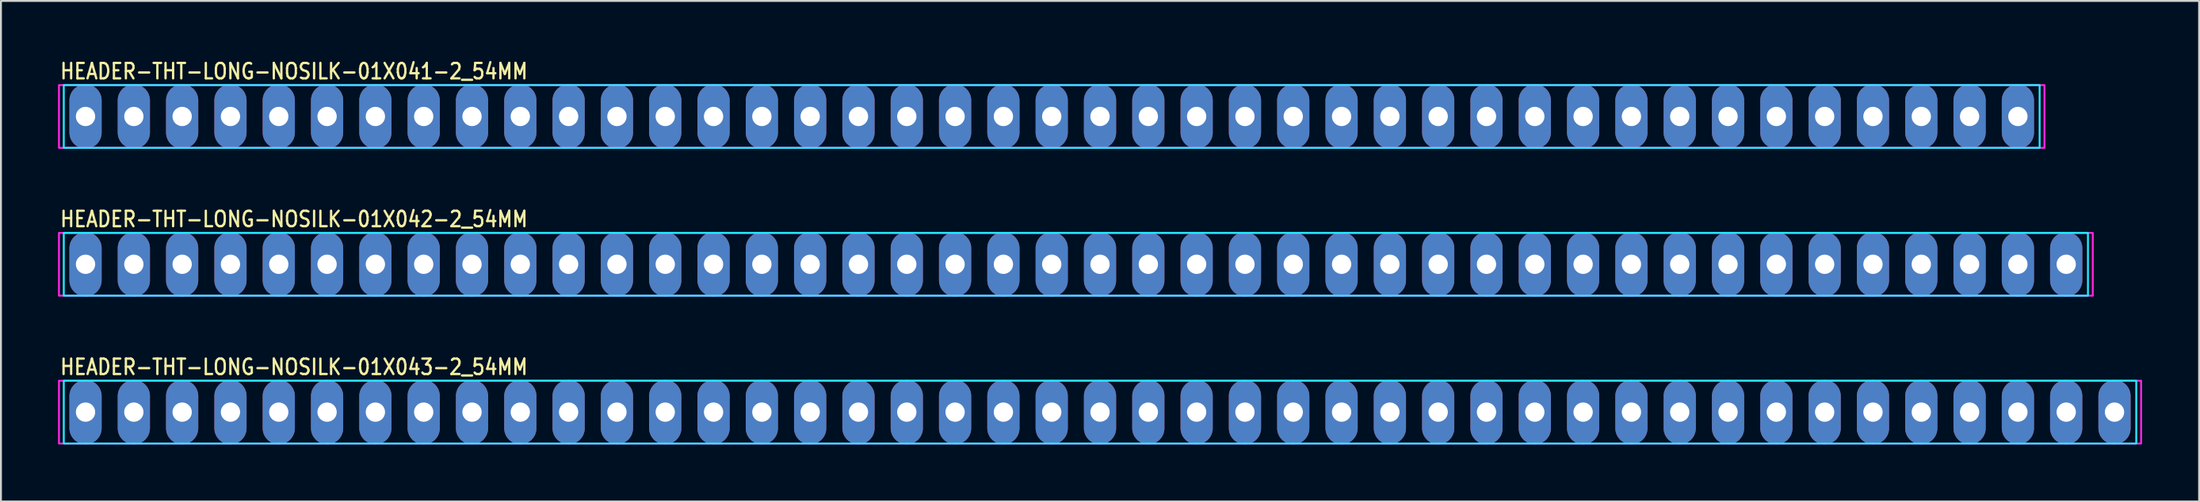
<source format=kicad_pcb>
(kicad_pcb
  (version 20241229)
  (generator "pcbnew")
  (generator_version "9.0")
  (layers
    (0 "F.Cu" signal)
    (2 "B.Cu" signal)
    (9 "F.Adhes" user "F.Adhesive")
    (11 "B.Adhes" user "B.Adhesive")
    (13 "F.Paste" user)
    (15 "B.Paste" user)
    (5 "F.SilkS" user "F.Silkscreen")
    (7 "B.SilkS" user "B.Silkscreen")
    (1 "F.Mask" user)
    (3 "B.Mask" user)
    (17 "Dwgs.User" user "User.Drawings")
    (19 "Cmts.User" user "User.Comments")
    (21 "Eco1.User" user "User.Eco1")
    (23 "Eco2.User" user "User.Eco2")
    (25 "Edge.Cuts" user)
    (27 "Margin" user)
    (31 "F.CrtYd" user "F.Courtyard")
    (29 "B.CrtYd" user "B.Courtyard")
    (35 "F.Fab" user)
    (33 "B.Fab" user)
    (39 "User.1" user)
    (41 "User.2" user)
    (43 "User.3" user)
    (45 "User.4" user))
  (footprint "HEADER-THT-LONG-NOSILK-01X042-2_54MM"
    (layer "F.Cu")
    (at 1.447 10.858)
    (property "Reference" "HEADER-THT-LONG-NOSILK-01X042-2_54MM" (at -1.4 -1.9 0) (unlocked yes) (layer "F.SilkS") (effects (font (size 0.813 0.695) (thickness 0.122)) (justify left bottom)))
    (fp_poly (pts (xy -1.143 -1.651) (xy 105.283 -1.651) (xy 105.283 1.651) (xy -1.143 1.651)) (stroke (width 0.1) (type solid)) (fill no) (layer "B.CrtYd"))
    (fp_poly (pts (xy -1.397 -1.651) (xy 105.537 -1.651) (xy 105.537 1.651) (xy -1.397 1.651)) (stroke (width 0.1) (type solid)) (fill no) (layer "F.CrtYd"))
    (pad "1" thru_hole oval (at 0 0 90) (size 3.387 1.693) (drill 1.016) (layers "*.Cu" "*.Mask"))
    (pad "2" thru_hole oval (at 2.54 0 90) (size 3.387 1.693) (drill 1.016) (layers "*.Cu" "*.Mask"))
    (pad "3" thru_hole oval (at 5.08 0 90) (size 3.387 1.693) (drill 1.016) (layers "*.Cu" "*.Mask"))
    (pad "4" thru_hole oval (at 7.62 0 90) (size 3.387 1.693) (drill 1.016) (layers "*.Cu" "*.Mask"))
    (pad "5" thru_hole oval (at 10.16 0 90) (size 3.387 1.693) (drill 1.016) (layers "*.Cu" "*.Mask"))
    (pad "6" thru_hole oval (at 12.7 0 90) (size 3.387 1.693) (drill 1.016) (layers "*.Cu" "*.Mask"))
    (pad "7" thru_hole oval (at 15.24 0 90) (size 3.387 1.693) (drill 1.016) (layers "*.Cu" "*.Mask"))
    (pad "8" thru_hole oval (at 17.78 0 90) (size 3.387 1.693) (drill 1.016) (layers "*.Cu" "*.Mask"))
    (pad "9" thru_hole oval (at 20.32 0 90) (size 3.387 1.693) (drill 1.016) (layers "*.Cu" "*.Mask"))
    (pad "10" thru_hole oval (at 22.86 0 90) (size 3.387 1.693) (drill 1.016) (layers "*.Cu" "*.Mask"))
    (pad "11" thru_hole oval (at 25.4 0 90) (size 3.387 1.693) (drill 1.016) (layers "*.Cu" "*.Mask"))
    (pad "12" thru_hole oval (at 27.94 0 90) (size 3.387 1.693) (drill 1.016) (layers "*.Cu" "*.Mask"))
    (pad "13" thru_hole oval (at 30.48 0 90) (size 3.387 1.693) (drill 1.016) (layers "*.Cu" "*.Mask"))
    (pad "14" thru_hole oval (at 33.02 0 90) (size 3.387 1.693) (drill 1.016) (layers "*.Cu" "*.Mask"))
    (pad "15" thru_hole oval (at 35.56 0 90) (size 3.387 1.693) (drill 1.016) (layers "*.Cu" "*.Mask"))
    (pad "16" thru_hole oval (at 38.1 0 90) (size 3.387 1.693) (drill 1.016) (layers "*.Cu" "*.Mask"))
    (pad "17" thru_hole oval (at 40.64 0 90) (size 3.387 1.693) (drill 1.016) (layers "*.Cu" "*.Mask"))
    (pad "18" thru_hole oval (at 43.18 0 90) (size 3.387 1.693) (drill 1.016) (layers "*.Cu" "*.Mask"))
    (pad "19" thru_hole oval (at 45.72 0 90) (size 3.387 1.693) (drill 1.016) (layers "*.Cu" "*.Mask"))
    (pad "20" thru_hole oval (at 48.26 0 90) (size 3.387 1.693) (drill 1.016) (layers "*.Cu" "*.Mask"))
    (pad "21" thru_hole oval (at 50.8 0 90) (size 3.387 1.693) (drill 1.016) (layers "*.Cu" "*.Mask"))
    (pad "22" thru_hole oval (at 53.34 0 90) (size 3.387 1.693) (drill 1.016) (layers "*.Cu" "*.Mask"))
    (pad "23" thru_hole oval (at 55.88 0 90) (size 3.387 1.693) (drill 1.016) (layers "*.Cu" "*.Mask"))
    (pad "24" thru_hole oval (at 58.42 0 90) (size 3.387 1.693) (drill 1.016) (layers "*.Cu" "*.Mask"))
    (pad "25" thru_hole oval (at 60.96 0 90) (size 3.387 1.693) (drill 1.016) (layers "*.Cu" "*.Mask"))
    (pad "26" thru_hole oval (at 63.5 0 90) (size 3.387 1.693) (drill 1.016) (layers "*.Cu" "*.Mask"))
    (pad "27" thru_hole oval (at 66.04 0 90) (size 3.387 1.693) (drill 1.016) (layers "*.Cu" "*.Mask"))
    (pad "28" thru_hole oval (at 68.58 0 90) (size 3.387 1.693) (drill 1.016) (layers "*.Cu" "*.Mask"))
    (pad "29" thru_hole oval (at 71.12 0 90) (size 3.387 1.693) (drill 1.016) (layers "*.Cu" "*.Mask"))
    (pad "30" thru_hole oval (at 73.66 0 90) (size 3.387 1.693) (drill 1.016) (layers "*.Cu" "*.Mask"))
    (pad "31" thru_hole oval (at 76.2 0 90) (size 3.387 1.693) (drill 1.016) (layers "*.Cu" "*.Mask"))
    (pad "32" thru_hole oval (at 78.74 0 90) (size 3.387 1.693) (drill 1.016) (layers "*.Cu" "*.Mask"))
    (pad "33" thru_hole oval (at 81.28 0 90) (size 3.387 1.693) (drill 1.016) (layers "*.Cu" "*.Mask"))
    (pad "34" thru_hole oval (at 83.82 0 90) (size 3.387 1.693) (drill 1.016) (layers "*.Cu" "*.Mask"))
    (pad "35" thru_hole oval (at 86.36 0 90) (size 3.387 1.693) (drill 1.016) (layers "*.Cu" "*.Mask"))
    (pad "36" thru_hole oval (at 88.9 0 90) (size 3.387 1.693) (drill 1.016) (layers "*.Cu" "*.Mask"))
    (pad "37" thru_hole oval (at 91.44 0 90) (size 3.387 1.693) (drill 1.016) (layers "*.Cu" "*.Mask"))
    (pad "38" thru_hole oval (at 93.98 0 90) (size 3.387 1.693) (drill 1.016) (layers "*.Cu" "*.Mask"))
    (pad "39" thru_hole oval (at 96.52 0 90) (size 3.387 1.693) (drill 1.016) (layers "*.Cu" "*.Mask"))
    (pad "40" thru_hole oval (at 99.06 0 90) (size 3.387 1.693) (drill 1.016) (layers "*.Cu" "*.Mask"))
    (pad "41" thru_hole oval (at 101.6 0 90) (size 3.387 1.693) (drill 1.016) (layers "*.Cu" "*.Mask"))
    (pad "42" thru_hole oval (at 104.14 0 90) (size 3.387 1.693) (drill 1.016) (layers "*.Cu" "*.Mask")))
  (footprint "HEADER-THT-LONG-NOSILK-01X041-2_54MM"
    (layer "F.Cu")
    (at 1.447 3.079)
    (property "Reference" "HEADER-THT-LONG-NOSILK-01X041-2_54MM" (at -1.4 -1.9 0) (unlocked yes) (layer "F.SilkS") (effects (font (size 0.813 0.695) (thickness 0.122)) (justify left bottom)))
    (fp_poly (pts (xy -1.143 -1.651) (xy 102.743 -1.651) (xy 102.743 1.651) (xy -1.143 1.651)) (stroke (width 0.1) (type solid)) (fill no) (layer "B.CrtYd"))
    (fp_poly (pts (xy -1.397 -1.651) (xy 102.997 -1.651) (xy 102.997 1.651) (xy -1.397 1.651)) (stroke (width 0.1) (type solid)) (fill no) (layer "F.CrtYd"))
    (pad "1" thru_hole oval (at 0 0 90) (size 3.387 1.693) (drill 1.016) (layers "*.Cu" "*.Mask"))
    (pad "2" thru_hole oval (at 2.54 0 90) (size 3.387 1.693) (drill 1.016) (layers "*.Cu" "*.Mask"))
    (pad "3" thru_hole oval (at 5.08 0 90) (size 3.387 1.693) (drill 1.016) (layers "*.Cu" "*.Mask"))
    (pad "4" thru_hole oval (at 7.62 0 90) (size 3.387 1.693) (drill 1.016) (layers "*.Cu" "*.Mask"))
    (pad "5" thru_hole oval (at 10.16 0 90) (size 3.387 1.693) (drill 1.016) (layers "*.Cu" "*.Mask"))
    (pad "6" thru_hole oval (at 12.7 0 90) (size 3.387 1.693) (drill 1.016) (layers "*.Cu" "*.Mask"))
    (pad "7" thru_hole oval (at 15.24 0 90) (size 3.387 1.693) (drill 1.016) (layers "*.Cu" "*.Mask"))
    (pad "8" thru_hole oval (at 17.78 0 90) (size 3.387 1.693) (drill 1.016) (layers "*.Cu" "*.Mask"))
    (pad "9" thru_hole oval (at 20.32 0 90) (size 3.387 1.693) (drill 1.016) (layers "*.Cu" "*.Mask"))
    (pad "10" thru_hole oval (at 22.86 0 90) (size 3.387 1.693) (drill 1.016) (layers "*.Cu" "*.Mask"))
    (pad "11" thru_hole oval (at 25.4 0 90) (size 3.387 1.693) (drill 1.016) (layers "*.Cu" "*.Mask"))
    (pad "12" thru_hole oval (at 27.94 0 90) (size 3.387 1.693) (drill 1.016) (layers "*.Cu" "*.Mask"))
    (pad "13" thru_hole oval (at 30.48 0 90) (size 3.387 1.693) (drill 1.016) (layers "*.Cu" "*.Mask"))
    (pad "14" thru_hole oval (at 33.02 0 90) (size 3.387 1.693) (drill 1.016) (layers "*.Cu" "*.Mask"))
    (pad "15" thru_hole oval (at 35.56 0 90) (size 3.387 1.693) (drill 1.016) (layers "*.Cu" "*.Mask"))
    (pad "16" thru_hole oval (at 38.1 0 90) (size 3.387 1.693) (drill 1.016) (layers "*.Cu" "*.Mask"))
    (pad "17" thru_hole oval (at 40.64 0 90) (size 3.387 1.693) (drill 1.016) (layers "*.Cu" "*.Mask"))
    (pad "18" thru_hole oval (at 43.18 0 90) (size 3.387 1.693) (drill 1.016) (layers "*.Cu" "*.Mask"))
    (pad "19" thru_hole oval (at 45.72 0 90) (size 3.387 1.693) (drill 1.016) (layers "*.Cu" "*.Mask"))
    (pad "20" thru_hole oval (at 48.26 0 90) (size 3.387 1.693) (drill 1.016) (layers "*.Cu" "*.Mask"))
    (pad "21" thru_hole oval (at 50.8 0 90) (size 3.387 1.693) (drill 1.016) (layers "*.Cu" "*.Mask"))
    (pad "22" thru_hole oval (at 53.34 0 90) (size 3.387 1.693) (drill 1.016) (layers "*.Cu" "*.Mask"))
    (pad "23" thru_hole oval (at 55.88 0 90) (size 3.387 1.693) (drill 1.016) (layers "*.Cu" "*.Mask"))
    (pad "24" thru_hole oval (at 58.42 0 90) (size 3.387 1.693) (drill 1.016) (layers "*.Cu" "*.Mask"))
    (pad "25" thru_hole oval (at 60.96 0 90) (size 3.387 1.693) (drill 1.016) (layers "*.Cu" "*.Mask"))
    (pad "26" thru_hole oval (at 63.5 0 90) (size 3.387 1.693) (drill 1.016) (layers "*.Cu" "*.Mask"))
    (pad "27" thru_hole oval (at 66.04 0 90) (size 3.387 1.693) (drill 1.016) (layers "*.Cu" "*.Mask"))
    (pad "28" thru_hole oval (at 68.58 0 90) (size 3.387 1.693) (drill 1.016) (layers "*.Cu" "*.Mask"))
    (pad "29" thru_hole oval (at 71.12 0 90) (size 3.387 1.693) (drill 1.016) (layers "*.Cu" "*.Mask"))
    (pad "30" thru_hole oval (at 73.66 0 90) (size 3.387 1.693) (drill 1.016) (layers "*.Cu" "*.Mask"))
    (pad "31" thru_hole oval (at 76.2 0 90) (size 3.387 1.693) (drill 1.016) (layers "*.Cu" "*.Mask"))
    (pad "32" thru_hole oval (at 78.74 0 90) (size 3.387 1.693) (drill 1.016) (layers "*.Cu" "*.Mask"))
    (pad "33" thru_hole oval (at 81.28 0 90) (size 3.387 1.693) (drill 1.016) (layers "*.Cu" "*.Mask"))
    (pad "34" thru_hole oval (at 83.82 0 90) (size 3.387 1.693) (drill 1.016) (layers "*.Cu" "*.Mask"))
    (pad "35" thru_hole oval (at 86.36 0 90) (size 3.387 1.693) (drill 1.016) (layers "*.Cu" "*.Mask"))
    (pad "36" thru_hole oval (at 88.9 0 90) (size 3.387 1.693) (drill 1.016) (layers "*.Cu" "*.Mask"))
    (pad "37" thru_hole oval (at 91.44 0 90) (size 3.387 1.693) (drill 1.016) (layers "*.Cu" "*.Mask"))
    (pad "38" thru_hole oval (at 93.98 0 90) (size 3.387 1.693) (drill 1.016) (layers "*.Cu" "*.Mask"))
    (pad "39" thru_hole oval (at 96.52 0 90) (size 3.387 1.693) (drill 1.016) (layers "*.Cu" "*.Mask"))
    (pad "40" thru_hole oval (at 99.06 0 90) (size 3.387 1.693) (drill 1.016) (layers "*.Cu" "*.Mask"))
    (pad "41" thru_hole oval (at 101.6 0 90) (size 3.387 1.693) (drill 1.016) (layers "*.Cu" "*.Mask")))
  (footprint "HEADER-THT-LONG-NOSILK-01X043-2_54MM"
    (layer "F.Cu")
    (at 1.447 18.638)
    (property "Reference" "HEADER-THT-LONG-NOSILK-01X043-2_54MM" (at -1.4 -1.9 0) (unlocked yes) (layer "F.SilkS") (effects (font (size 0.813 0.695) (thickness 0.122)) (justify left bottom)))
    (fp_poly (pts (xy -1.143 -1.651) (xy 107.823 -1.651) (xy 107.823 1.651) (xy -1.143 1.651)) (stroke (width 0.1) (type solid)) (fill no) (layer "B.CrtYd"))
    (fp_poly (pts (xy -1.397 -1.651) (xy 108.077 -1.651) (xy 108.077 1.651) (xy -1.397 1.651)) (stroke (width 0.1) (type solid)) (fill no) (layer "F.CrtYd"))
    (pad "1" thru_hole oval (at 0 0 90) (size 3.387 1.693) (drill 1.016) (layers "*.Cu" "*.Mask"))
    (pad "2" thru_hole oval (at 2.54 0 90) (size 3.387 1.693) (drill 1.016) (layers "*.Cu" "*.Mask"))
    (pad "3" thru_hole oval (at 5.08 0 90) (size 3.387 1.693) (drill 1.016) (layers "*.Cu" "*.Mask"))
    (pad "4" thru_hole oval (at 7.62 0 90) (size 3.387 1.693) (drill 1.016) (layers "*.Cu" "*.Mask"))
    (pad "5" thru_hole oval (at 10.16 0 90) (size 3.387 1.693) (drill 1.016) (layers "*.Cu" "*.Mask"))
    (pad "6" thru_hole oval (at 12.7 0 90) (size 3.387 1.693) (drill 1.016) (layers "*.Cu" "*.Mask"))
    (pad "7" thru_hole oval (at 15.24 0 90) (size 3.387 1.693) (drill 1.016) (layers "*.Cu" "*.Mask"))
    (pad "8" thru_hole oval (at 17.78 0 90) (size 3.387 1.693) (drill 1.016) (layers "*.Cu" "*.Mask"))
    (pad "9" thru_hole oval (at 20.32 0 90) (size 3.387 1.693) (drill 1.016) (layers "*.Cu" "*.Mask"))
    (pad "10" thru_hole oval (at 22.86 0 90) (size 3.387 1.693) (drill 1.016) (layers "*.Cu" "*.Mask"))
    (pad "11" thru_hole oval (at 25.4 0 90) (size 3.387 1.693) (drill 1.016) (layers "*.Cu" "*.Mask"))
    (pad "12" thru_hole oval (at 27.94 0 90) (size 3.387 1.693) (drill 1.016) (layers "*.Cu" "*.Mask"))
    (pad "13" thru_hole oval (at 30.48 0 90) (size 3.387 1.693) (drill 1.016) (layers "*.Cu" "*.Mask"))
    (pad "14" thru_hole oval (at 33.02 0 90) (size 3.387 1.693) (drill 1.016) (layers "*.Cu" "*.Mask"))
    (pad "15" thru_hole oval (at 35.56 0 90) (size 3.387 1.693) (drill 1.016) (layers "*.Cu" "*.Mask"))
    (pad "16" thru_hole oval (at 38.1 0 90) (size 3.387 1.693) (drill 1.016) (layers "*.Cu" "*.Mask"))
    (pad "17" thru_hole oval (at 40.64 0 90) (size 3.387 1.693) (drill 1.016) (layers "*.Cu" "*.Mask"))
    (pad "18" thru_hole oval (at 43.18 0 90) (size 3.387 1.693) (drill 1.016) (layers "*.Cu" "*.Mask"))
    (pad "19" thru_hole oval (at 45.72 0 90) (size 3.387 1.693) (drill 1.016) (layers "*.Cu" "*.Mask"))
    (pad "20" thru_hole oval (at 48.26 0 90) (size 3.387 1.693) (drill 1.016) (layers "*.Cu" "*.Mask"))
    (pad "21" thru_hole oval (at 50.8 0 90) (size 3.387 1.693) (drill 1.016) (layers "*.Cu" "*.Mask"))
    (pad "22" thru_hole oval (at 53.34 0 90) (size 3.387 1.693) (drill 1.016) (layers "*.Cu" "*.Mask"))
    (pad "23" thru_hole oval (at 55.88 0 90) (size 3.387 1.693) (drill 1.016) (layers "*.Cu" "*.Mask"))
    (pad "24" thru_hole oval (at 58.42 0 90) (size 3.387 1.693) (drill 1.016) (layers "*.Cu" "*.Mask"))
    (pad "25" thru_hole oval (at 60.96 0 90) (size 3.387 1.693) (drill 1.016) (layers "*.Cu" "*.Mask"))
    (pad "26" thru_hole oval (at 63.5 0 90) (size 3.387 1.693) (drill 1.016) (layers "*.Cu" "*.Mask"))
    (pad "27" thru_hole oval (at 66.04 0 90) (size 3.387 1.693) (drill 1.016) (layers "*.Cu" "*.Mask"))
    (pad "28" thru_hole oval (at 68.58 0 90) (size 3.387 1.693) (drill 1.016) (layers "*.Cu" "*.Mask"))
    (pad "29" thru_hole oval (at 71.12 0 90) (size 3.387 1.693) (drill 1.016) (layers "*.Cu" "*.Mask"))
    (pad "30" thru_hole oval (at 73.66 0 90) (size 3.387 1.693) (drill 1.016) (layers "*.Cu" "*.Mask"))
    (pad "31" thru_hole oval (at 76.2 0 90) (size 3.387 1.693) (drill 1.016) (layers "*.Cu" "*.Mask"))
    (pad "32" thru_hole oval (at 78.74 0 90) (size 3.387 1.693) (drill 1.016) (layers "*.Cu" "*.Mask"))
    (pad "33" thru_hole oval (at 81.28 0 90) (size 3.387 1.693) (drill 1.016) (layers "*.Cu" "*.Mask"))
    (pad "34" thru_hole oval (at 83.82 0 90) (size 3.387 1.693) (drill 1.016) (layers "*.Cu" "*.Mask"))
    (pad "35" thru_hole oval (at 86.36 0 90) (size 3.387 1.693) (drill 1.016) (layers "*.Cu" "*.Mask"))
    (pad "36" thru_hole oval (at 88.9 0 90) (size 3.387 1.693) (drill 1.016) (layers "*.Cu" "*.Mask"))
    (pad "37" thru_hole oval (at 91.44 0 90) (size 3.387 1.693) (drill 1.016) (layers "*.Cu" "*.Mask"))
    (pad "38" thru_hole oval (at 93.98 0 90) (size 3.387 1.693) (drill 1.016) (layers "*.Cu" "*.Mask"))
    (pad "39" thru_hole oval (at 96.52 0 90) (size 3.387 1.693) (drill 1.016) (layers "*.Cu" "*.Mask"))
    (pad "40" thru_hole oval (at 99.06 0 90) (size 3.387 1.693) (drill 1.016) (layers "*.Cu" "*.Mask"))
    (pad "41" thru_hole oval (at 101.6 0 90) (size 3.387 1.693) (drill 1.016) (layers "*.Cu" "*.Mask"))
    (pad "42" thru_hole oval (at 104.14 0 90) (size 3.387 1.693) (drill 1.016) (layers "*.Cu" "*.Mask"))
    (pad "43" thru_hole oval (at 106.68 0 90) (size 3.387 1.693) (drill 1.016) (layers "*.Cu" "*.Mask")))
  (gr_rect
    (start -3 -3)
    (end 112.574 23.339)
    (stroke (width 0.1) (type default))
    (fill no)
    (layer "Edge.Cuts")))
</source>
